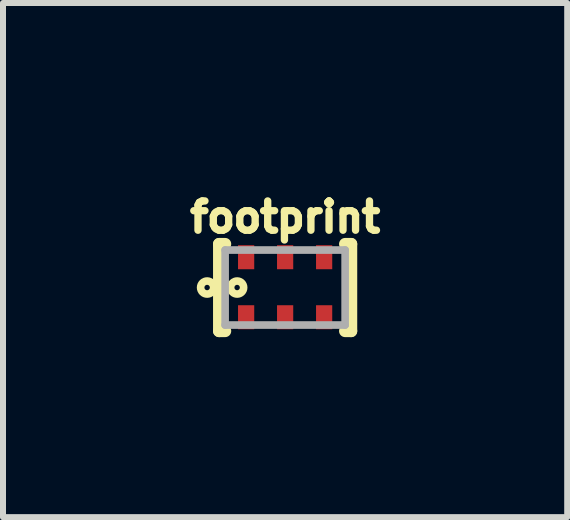
<source format=kicad_pcb>
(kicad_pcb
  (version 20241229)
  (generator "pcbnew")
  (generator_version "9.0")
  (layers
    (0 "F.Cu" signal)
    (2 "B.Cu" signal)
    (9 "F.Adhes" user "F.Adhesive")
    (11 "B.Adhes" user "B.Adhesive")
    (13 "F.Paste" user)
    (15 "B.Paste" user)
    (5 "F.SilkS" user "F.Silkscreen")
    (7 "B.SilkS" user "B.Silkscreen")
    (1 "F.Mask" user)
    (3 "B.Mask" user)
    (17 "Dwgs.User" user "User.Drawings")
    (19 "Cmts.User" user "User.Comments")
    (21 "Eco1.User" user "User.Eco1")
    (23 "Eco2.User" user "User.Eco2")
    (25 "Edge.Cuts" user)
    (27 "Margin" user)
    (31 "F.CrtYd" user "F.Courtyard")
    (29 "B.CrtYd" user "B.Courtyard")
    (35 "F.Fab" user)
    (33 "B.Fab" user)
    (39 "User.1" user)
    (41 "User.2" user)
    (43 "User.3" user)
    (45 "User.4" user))
  (footprint "footprint"
    (layer "F.Cu")
    (at 1.702 1.742)
    (property "Reference" "footprint" (at 0 -0.889 0) (layer "F.SilkS") (effects (font (size 0.488 0.488) (thickness 0.122)) (justify bottom)))
    (fp_line (start -1.1 -0.725) (end -1.1 0.725) (stroke (width 0.203) (type solid)) (layer "F.SilkS"))
    (fp_line (start -1.1 0.725) (end -1 0.725) (stroke (width 0.203) (type solid)) (layer "F.SilkS"))
    (fp_line (start -1 -0.725) (end -1.1 -0.725) (stroke (width 0.203) (type solid)) (layer "F.SilkS"))
    (fp_line (start 1 0.725) (end 1.1 0.725) (stroke (width 0.203) (type solid)) (layer "F.SilkS"))
    (fp_line (start 1.1 -0.725) (end 1 -0.725) (stroke (width 0.203) (type solid)) (layer "F.SilkS"))
    (fp_line (start 1.1 0.725) (end 1.1 -0.725) (stroke (width 0.203) (type solid)) (layer "F.SilkS"))
    (fp_circle (center -1.3 0) (end -1.255 0) (stroke (width 0.127) (type solid)) (fill no) (layer "F.SilkS"))
    (fp_circle (center -0.8 0) (end -0.755 0) (stroke (width 0.127) (type solid)) (fill no) (layer "F.SilkS"))
    (fp_line (start -1 -0.625) (end -1 0.625) (stroke (width 0.127) (type solid)) (layer "F.Fab"))
    (fp_line (start -1 0.625) (end 1 0.625) (stroke (width 0.127) (type solid)) (layer "F.Fab"))
    (fp_line (start 1 -0.625) (end -1 -0.625) (stroke (width 0.127) (type solid)) (layer "F.Fab"))
    (fp_line (start 1 0.625) (end 1 -0.625) (stroke (width 0.127) (type solid)) (layer "F.Fab"))
    (pad "1" smd rect (at -0.65 0.495) (size 0.27 0.4) (layers "F.Cu" "F.Mask" "F.Paste"))
    (pad "2" smd rect (at 0 0.495) (size 0.27 0.4) (layers "F.Cu" "F.Mask" "F.Paste"))
    (pad "3" smd rect (at 0.65 0.495) (size 0.27 0.4) (layers "F.Cu" "F.Mask" "F.Paste"))
    (pad "4" smd rect (at 0.65 -0.505) (size 0.27 0.4) (layers "F.Cu" "F.Mask" "F.Paste"))
    (pad "5" smd rect (at 0 -0.505) (size 0.27 0.4) (layers "F.Cu" "F.Mask" "F.Paste"))
    (pad "6" smd rect (at -0.65 -0.505) (size 0.27 0.4) (layers "F.Cu" "F.Mask" "F.Paste")))
  (gr_rect
    (start -3 -3)
    (end 6.403 5.569)
    (stroke (width 0.1) (type default))
    (fill no)
    (layer "Edge.Cuts")))
</source>
